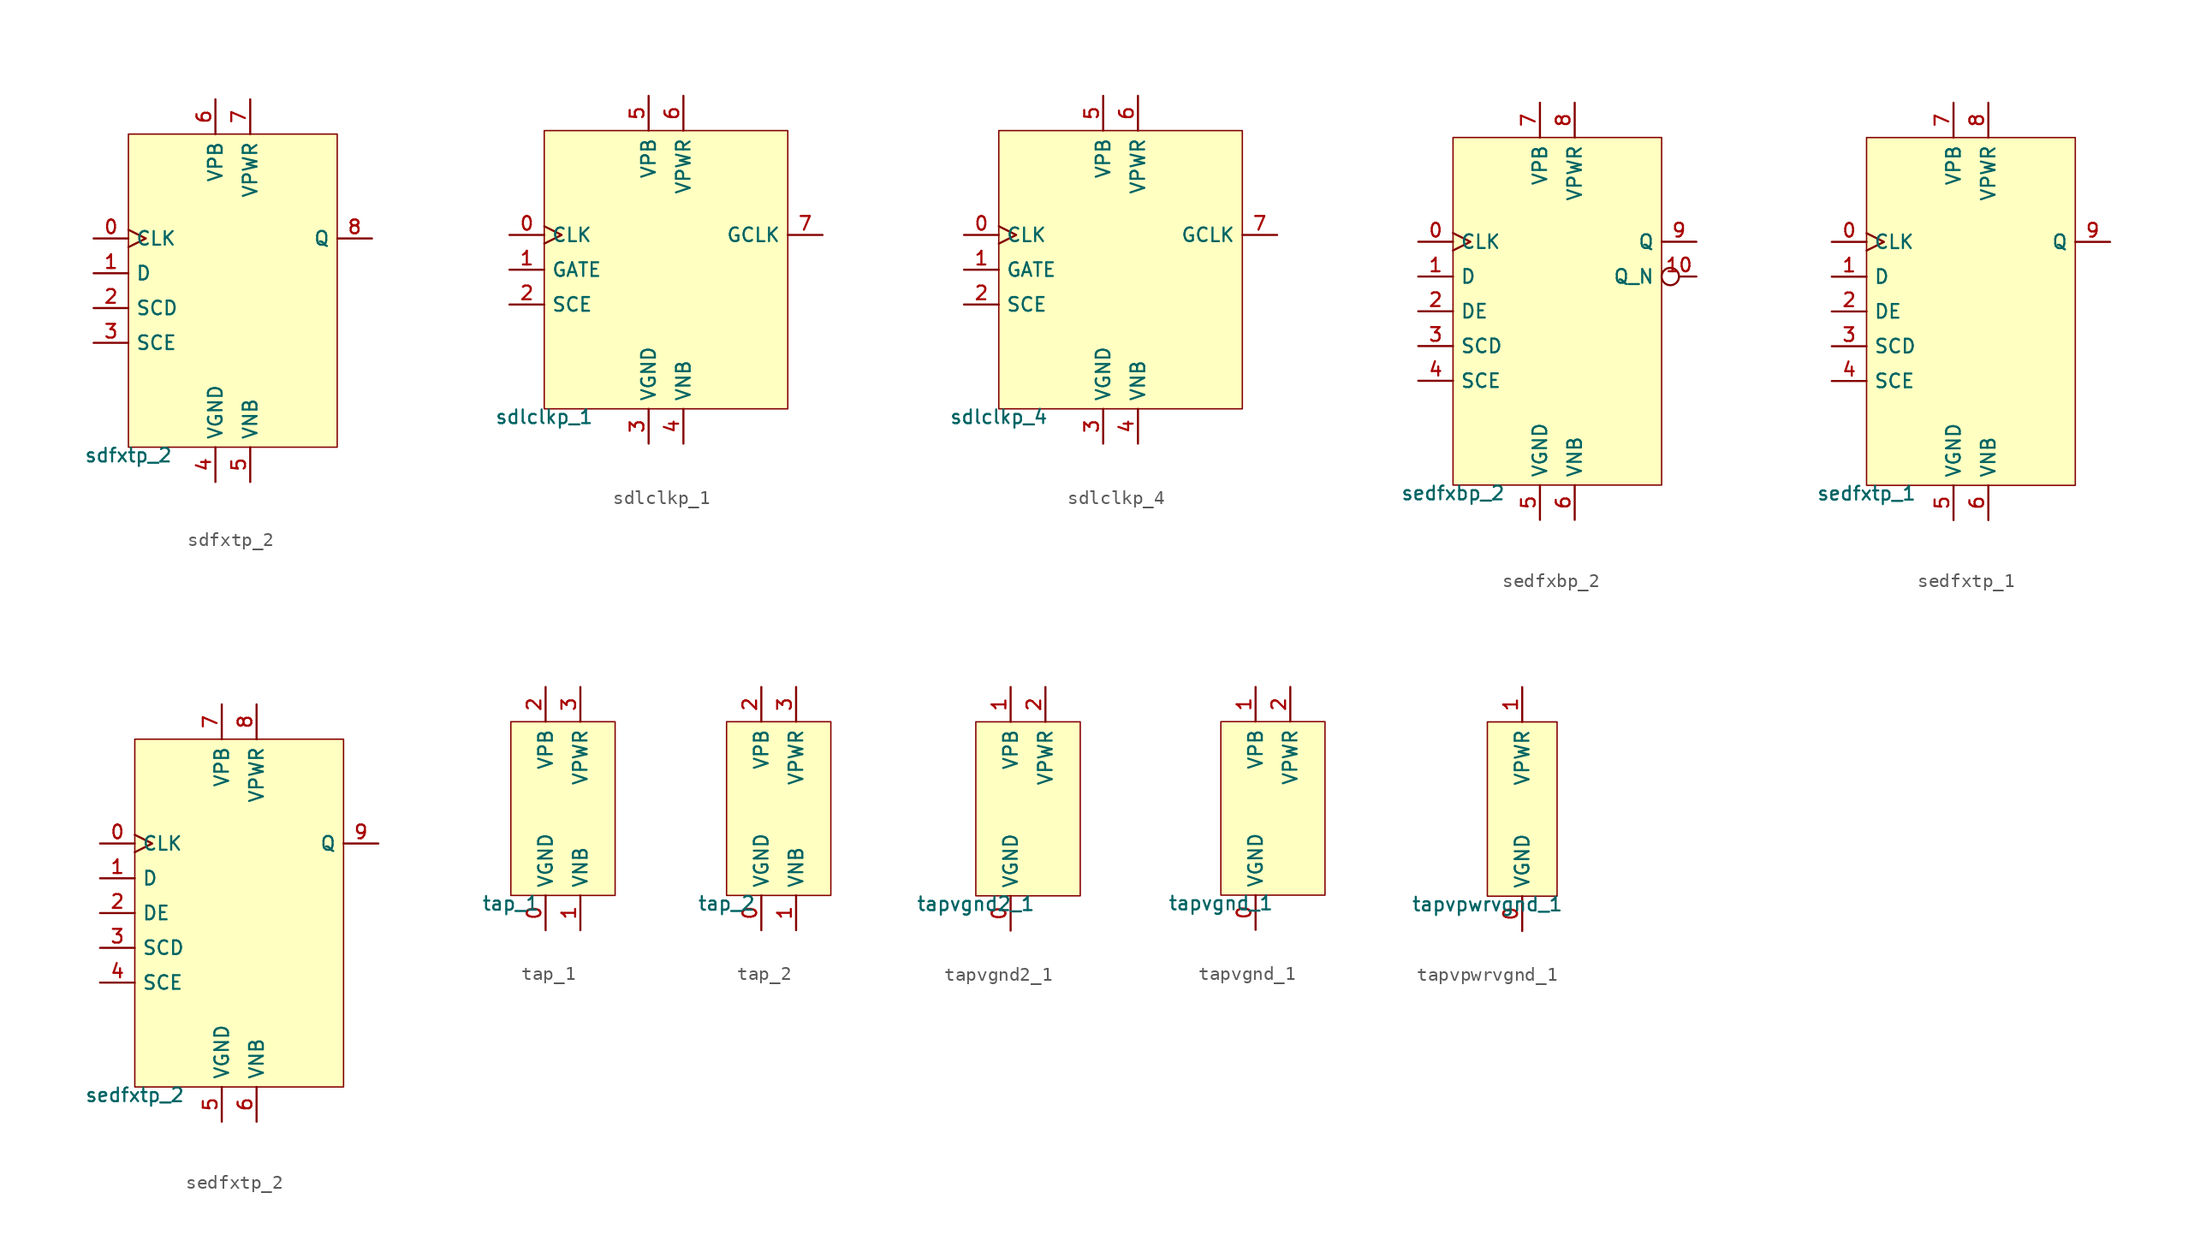
<source format=kicad_sym>
(kicad_symbol_lib
  (version 20211014)
  (generator pdk2kicad)
  (symbol "sdfxtp_2"
    (property "Reference" "X"
      (at 0 0 0)
      (effects (font (size 1 1)) hide))
    (property "Value" "sdfxtp_2"
      (at -7.62 -11.43 0)
      (effects (font (size 1 1)) (justify top)))
    (rectangle
      (start -7.62 -11.43)
      (end 7.62 11.43)
      (stroke (width 0.1) (type solid) (color 0 0 0 0))
      (fill (type background)))
    (pin input clock
      (at -10.16 3.81 0)
      (length 2.54)
      (name "CLK" (effects (font (size 1 1)) hide))
      (number "0" (effects (font (size 1 1)) hide)))
    (pin input line
      (at -10.16 1.27 0)
      (length 2.54)
      (name "D" (effects (font (size 1 1)) hide))
      (number "1" (effects (font (size 1 1)) hide)))
    (pin input line
      (at -10.16 -1.27 0)
      (length 2.54)
      (name "SCD" (effects (font (size 1 1)) hide))
      (number "2" (effects (font (size 1 1)) hide)))
    (pin input line
      (at -10.16 -3.81 0)
      (length 2.54)
      (name "SCE" (effects (font (size 1 1)) hide))
      (number "3" (effects (font (size 1 1)) hide)))
    (pin power_in line
      (at -1.27 -13.97 90)
      (length 2.54)
      (name "VGND" (effects (font (size 1 1)) hide))
      (number "4" (effects (font (size 1 1)) hide)))
    (pin power_in line
      (at 1.27 -13.97 90)
      (length 2.54)
      (name "VNB" (effects (font (size 1 1)) hide))
      (number "5" (effects (font (size 1 1)) hide)))
    (pin power_in line
      (at -1.27 13.97 270)
      (length 2.54)
      (name "VPB" (effects (font (size 1 1)) hide))
      (number "6" (effects (font (size 1 1)) hide)))
    (pin power_in line
      (at 1.27 13.97 270)
      (length 2.54)
      (name "VPWR" (effects (font (size 1 1)) hide))
      (number "7" (effects (font (size 1 1)) hide)))
    (pin output line
      (at 10.16 3.81 180)
      (length 2.54)
      (name "Q" (effects (font (size 1 1)) hide))
      (number "8" (effects (font (size 1 1)) hide))))
  (symbol "sdlclkp_1"
    (property "Reference" "X"
      (at 0 0 0)
      (effects (font (size 1 1)) hide))
    (property "Value" "sdlclkp_1"
      (at -8.89 -10.16 0)
      (effects (font (size 1 1)) (justify top)))
    (rectangle
      (start -8.89 -10.16)
      (end 8.89 10.16)
      (stroke (width 0.1) (type solid) (color 0 0 0 0))
      (fill (type background)))
    (pin input clock
      (at -11.43 2.54 0)
      (length 2.54)
      (name "CLK" (effects (font (size 1 1)) hide))
      (number "0" (effects (font (size 1 1)) hide)))
    (pin input line
      (at -11.43 0.0 0)
      (length 2.54)
      (name "GATE" (effects (font (size 1 1)) hide))
      (number "1" (effects (font (size 1 1)) hide)))
    (pin input line
      (at -11.43 -2.54 0)
      (length 2.54)
      (name "SCE" (effects (font (size 1 1)) hide))
      (number "2" (effects (font (size 1 1)) hide)))
    (pin power_in line
      (at -1.27 -12.7 90)
      (length 2.54)
      (name "VGND" (effects (font (size 1 1)) hide))
      (number "3" (effects (font (size 1 1)) hide)))
    (pin power_in line
      (at 1.27 -12.7 90)
      (length 2.54)
      (name "VNB" (effects (font (size 1 1)) hide))
      (number "4" (effects (font (size 1 1)) hide)))
    (pin power_in line
      (at -1.27 12.7 270)
      (length 2.54)
      (name "VPB" (effects (font (size 1 1)) hide))
      (number "5" (effects (font (size 1 1)) hide)))
    (pin power_in line
      (at 1.27 12.7 270)
      (length 2.54)
      (name "VPWR" (effects (font (size 1 1)) hide))
      (number "6" (effects (font (size 1 1)) hide)))
    (pin output line
      (at 11.43 2.54 180)
      (length 2.54)
      (name "GCLK" (effects (font (size 1 1)) hide))
      (number "7" (effects (font (size 1 1)) hide))))
  (symbol "sdlclkp_4"
    (property "Reference" "X"
      (at 0 0 0)
      (effects (font (size 1 1)) hide))
    (property "Value" "sdlclkp_4"
      (at -8.89 -10.16 0)
      (effects (font (size 1 1)) (justify top)))
    (rectangle
      (start -8.89 -10.16)
      (end 8.89 10.16)
      (stroke (width 0.1) (type solid) (color 0 0 0 0))
      (fill (type background)))
    (pin input clock
      (at -11.43 2.54 0)
      (length 2.54)
      (name "CLK" (effects (font (size 1 1)) hide))
      (number "0" (effects (font (size 1 1)) hide)))
    (pin input line
      (at -11.43 0.0 0)
      (length 2.54)
      (name "GATE" (effects (font (size 1 1)) hide))
      (number "1" (effects (font (size 1 1)) hide)))
    (pin input line
      (at -11.43 -2.54 0)
      (length 2.54)
      (name "SCE" (effects (font (size 1 1)) hide))
      (number "2" (effects (font (size 1 1)) hide)))
    (pin power_in line
      (at -1.27 -12.7 90)
      (length 2.54)
      (name "VGND" (effects (font (size 1 1)) hide))
      (number "3" (effects (font (size 1 1)) hide)))
    (pin power_in line
      (at 1.27 -12.7 90)
      (length 2.54)
      (name "VNB" (effects (font (size 1 1)) hide))
      (number "4" (effects (font (size 1 1)) hide)))
    (pin power_in line
      (at -1.27 12.7 270)
      (length 2.54)
      (name "VPB" (effects (font (size 1 1)) hide))
      (number "5" (effects (font (size 1 1)) hide)))
    (pin power_in line
      (at 1.27 12.7 270)
      (length 2.54)
      (name "VPWR" (effects (font (size 1 1)) hide))
      (number "6" (effects (font (size 1 1)) hide)))
    (pin output line
      (at 11.43 2.54 180)
      (length 2.54)
      (name "GCLK" (effects (font (size 1 1)) hide))
      (number "7" (effects (font (size 1 1)) hide))))
  (symbol "sedfxbp_2"
    (property "Reference" "X"
      (at 0 0 0)
      (effects (font (size 1 1)) hide))
    (property "Value" "sedfxbp_2"
      (at -7.62 -12.7 0)
      (effects (font (size 1 1)) (justify top)))
    (rectangle
      (start -7.62 -12.7)
      (end 7.62 12.7)
      (stroke (width 0.1) (type solid) (color 0 0 0 0))
      (fill (type background)))
    (pin input clock
      (at -10.16 5.08 0)
      (length 2.54)
      (name "CLK" (effects (font (size 1 1)) hide))
      (number "0" (effects (font (size 1 1)) hide)))
    (pin input line
      (at -10.16 2.54 0)
      (length 2.54)
      (name "D" (effects (font (size 1 1)) hide))
      (number "1" (effects (font (size 1 1)) hide)))
    (pin input line
      (at -10.16 -8.881784197001252e-16 0)
      (length 2.54)
      (name "DE" (effects (font (size 1 1)) hide))
      (number "2" (effects (font (size 1 1)) hide)))
    (pin input line
      (at -10.16 -2.54 0)
      (length 2.54)
      (name "SCD" (effects (font (size 1 1)) hide))
      (number "3" (effects (font (size 1 1)) hide)))
    (pin input line
      (at -10.16 -5.08 0)
      (length 2.54)
      (name "SCE" (effects (font (size 1 1)) hide))
      (number "4" (effects (font (size 1 1)) hide)))
    (pin power_in line
      (at -1.27 -15.24 90)
      (length 2.54)
      (name "VGND" (effects (font (size 1 1)) hide))
      (number "5" (effects (font (size 1 1)) hide)))
    (pin power_in line
      (at 1.27 -15.24 90)
      (length 2.54)
      (name "VNB" (effects (font (size 1 1)) hide))
      (number "6" (effects (font (size 1 1)) hide)))
    (pin power_in line
      (at -1.27 15.24 270)
      (length 2.54)
      (name "VPB" (effects (font (size 1 1)) hide))
      (number "7" (effects (font (size 1 1)) hide)))
    (pin power_in line
      (at 1.27 15.24 270)
      (length 2.54)
      (name "VPWR" (effects (font (size 1 1)) hide))
      (number "8" (effects (font (size 1 1)) hide)))
    (pin output line
      (at 10.16 5.08 180)
      (length 2.54)
      (name "Q" (effects (font (size 1 1)) hide))
      (number "9" (effects (font (size 1 1)) hide)))
    (pin output inverted
      (at 10.16 2.54 180)
      (length 2.54)
      (name "Q_N" (effects (font (size 1 1)) hide))
      (number "10" (effects (font (size 1 1)) hide))))
  (symbol "sedfxtp_1"
    (property "Reference" "X"
      (at 0 0 0)
      (effects (font (size 1 1)) hide))
    (property "Value" "sedfxtp_1"
      (at -7.62 -12.7 0)
      (effects (font (size 1 1)) (justify top)))
    (rectangle
      (start -7.62 -12.7)
      (end 7.62 12.7)
      (stroke (width 0.1) (type solid) (color 0 0 0 0))
      (fill (type background)))
    (pin input clock
      (at -10.16 5.08 0)
      (length 2.54)
      (name "CLK" (effects (font (size 1 1)) hide))
      (number "0" (effects (font (size 1 1)) hide)))
    (pin input line
      (at -10.16 2.54 0)
      (length 2.54)
      (name "D" (effects (font (size 1 1)) hide))
      (number "1" (effects (font (size 1 1)) hide)))
    (pin input line
      (at -10.16 -8.881784197001252e-16 0)
      (length 2.54)
      (name "DE" (effects (font (size 1 1)) hide))
      (number "2" (effects (font (size 1 1)) hide)))
    (pin input line
      (at -10.16 -2.54 0)
      (length 2.54)
      (name "SCD" (effects (font (size 1 1)) hide))
      (number "3" (effects (font (size 1 1)) hide)))
    (pin input line
      (at -10.16 -5.08 0)
      (length 2.54)
      (name "SCE" (effects (font (size 1 1)) hide))
      (number "4" (effects (font (size 1 1)) hide)))
    (pin power_in line
      (at -1.27 -15.24 90)
      (length 2.54)
      (name "VGND" (effects (font (size 1 1)) hide))
      (number "5" (effects (font (size 1 1)) hide)))
    (pin power_in line
      (at 1.27 -15.24 90)
      (length 2.54)
      (name "VNB" (effects (font (size 1 1)) hide))
      (number "6" (effects (font (size 1 1)) hide)))
    (pin power_in line
      (at -1.27 15.24 270)
      (length 2.54)
      (name "VPB" (effects (font (size 1 1)) hide))
      (number "7" (effects (font (size 1 1)) hide)))
    (pin power_in line
      (at 1.27 15.24 270)
      (length 2.54)
      (name "VPWR" (effects (font (size 1 1)) hide))
      (number "8" (effects (font (size 1 1)) hide)))
    (pin output line
      (at 10.16 5.08 180)
      (length 2.54)
      (name "Q" (effects (font (size 1 1)) hide))
      (number "9" (effects (font (size 1 1)) hide))))
  (symbol "sedfxtp_2"
    (property "Reference" "X"
      (at 0 0 0)
      (effects (font (size 1 1)) hide))
    (property "Value" "sedfxtp_2"
      (at -7.62 -12.7 0)
      (effects (font (size 1 1)) (justify top)))
    (rectangle
      (start -7.62 -12.7)
      (end 7.62 12.7)
      (stroke (width 0.1) (type solid) (color 0 0 0 0))
      (fill (type background)))
    (pin input clock
      (at -10.16 5.08 0)
      (length 2.54)
      (name "CLK" (effects (font (size 1 1)) hide))
      (number "0" (effects (font (size 1 1)) hide)))
    (pin input line
      (at -10.16 2.54 0)
      (length 2.54)
      (name "D" (effects (font (size 1 1)) hide))
      (number "1" (effects (font (size 1 1)) hide)))
    (pin input line
      (at -10.16 -8.881784197001252e-16 0)
      (length 2.54)
      (name "DE" (effects (font (size 1 1)) hide))
      (number "2" (effects (font (size 1 1)) hide)))
    (pin input line
      (at -10.16 -2.54 0)
      (length 2.54)
      (name "SCD" (effects (font (size 1 1)) hide))
      (number "3" (effects (font (size 1 1)) hide)))
    (pin input line
      (at -10.16 -5.08 0)
      (length 2.54)
      (name "SCE" (effects (font (size 1 1)) hide))
      (number "4" (effects (font (size 1 1)) hide)))
    (pin power_in line
      (at -1.27 -15.24 90)
      (length 2.54)
      (name "VGND" (effects (font (size 1 1)) hide))
      (number "5" (effects (font (size 1 1)) hide)))
    (pin power_in line
      (at 1.27 -15.24 90)
      (length 2.54)
      (name "VNB" (effects (font (size 1 1)) hide))
      (number "6" (effects (font (size 1 1)) hide)))
    (pin power_in line
      (at -1.27 15.24 270)
      (length 2.54)
      (name "VPB" (effects (font (size 1 1)) hide))
      (number "7" (effects (font (size 1 1)) hide)))
    (pin power_in line
      (at 1.27 15.24 270)
      (length 2.54)
      (name "VPWR" (effects (font (size 1 1)) hide))
      (number "8" (effects (font (size 1 1)) hide)))
    (pin output line
      (at 10.16 5.08 180)
      (length 2.54)
      (name "Q" (effects (font (size 1 1)) hide))
      (number "9" (effects (font (size 1 1)) hide))))
  (symbol "tap_1"
    (property "Reference" "X"
      (at 0 0 0)
      (effects (font (size 1 1)) hide))
    (property "Value" "tap_1"
      (at -3.81 -6.35 0)
      (effects (font (size 1 1)) (justify top)))
    (rectangle
      (start -3.81 -6.35)
      (end 3.81 6.35)
      (stroke (width 0.1) (type solid) (color 0 0 0 0))
      (fill (type background)))
    (pin power_in line
      (at -1.27 -8.89 90)
      (length 2.54)
      (name "VGND" (effects (font (size 1 1)) hide))
      (number "0" (effects (font (size 1 1)) hide)))
    (pin power_in line
      (at 1.27 -8.89 90)
      (length 2.54)
      (name "VNB" (effects (font (size 1 1)) hide))
      (number "1" (effects (font (size 1 1)) hide)))
    (pin power_in line
      (at -1.27 8.89 270)
      (length 2.54)
      (name "VPB" (effects (font (size 1 1)) hide))
      (number "2" (effects (font (size 1 1)) hide)))
    (pin power_in line
      (at 1.27 8.89 270)
      (length 2.54)
      (name "VPWR" (effects (font (size 1 1)) hide))
      (number "3" (effects (font (size 1 1)) hide))))
  (symbol "tap_2"
    (property "Reference" "X"
      (at 0 0 0)
      (effects (font (size 1 1)) hide))
    (property "Value" "tap_2"
      (at -3.81 -6.35 0)
      (effects (font (size 1 1)) (justify top)))
    (rectangle
      (start -3.81 -6.35)
      (end 3.81 6.35)
      (stroke (width 0.1) (type solid) (color 0 0 0 0))
      (fill (type background)))
    (pin power_in line
      (at -1.27 -8.89 90)
      (length 2.54)
      (name "VGND" (effects (font (size 1 1)) hide))
      (number "0" (effects (font (size 1 1)) hide)))
    (pin power_in line
      (at 1.27 -8.89 90)
      (length 2.54)
      (name "VNB" (effects (font (size 1 1)) hide))
      (number "1" (effects (font (size 1 1)) hide)))
    (pin power_in line
      (at -1.27 8.89 270)
      (length 2.54)
      (name "VPB" (effects (font (size 1 1)) hide))
      (number "2" (effects (font (size 1 1)) hide)))
    (pin power_in line
      (at 1.27 8.89 270)
      (length 2.54)
      (name "VPWR" (effects (font (size 1 1)) hide))
      (number "3" (effects (font (size 1 1)) hide))))
  (symbol "tapvgnd2_1"
    (property "Reference" "X"
      (at 0 0 0)
      (effects (font (size 1 1)) hide))
    (property "Value" "tapvgnd2_1"
      (at -3.81 -6.35 0)
      (effects (font (size 1 1)) (justify top)))
    (rectangle
      (start -3.81 -6.35)
      (end 3.81 6.35)
      (stroke (width 0.1) (type solid) (color 0 0 0 0))
      (fill (type background)))
    (pin power_in line
      (at -1.27 -8.89 90)
      (length 2.54)
      (name "VGND" (effects (font (size 1 1)) hide))
      (number "0" (effects (font (size 1 1)) hide)))
    (pin power_in line
      (at -1.27 8.89 270)
      (length 2.54)
      (name "VPB" (effects (font (size 1 1)) hide))
      (number "1" (effects (font (size 1 1)) hide)))
    (pin power_in line
      (at 1.27 8.89 270)
      (length 2.54)
      (name "VPWR" (effects (font (size 1 1)) hide))
      (number "2" (effects (font (size 1 1)) hide))))
  (symbol "tapvgnd_1"
    (property "Reference" "X"
      (at 0 0 0)
      (effects (font (size 1 1)) hide))
    (property "Value" "tapvgnd_1"
      (at -3.81 -6.35 0)
      (effects (font (size 1 1)) (justify top)))
    (rectangle
      (start -3.81 -6.35)
      (end 3.81 6.35)
      (stroke (width 0.1) (type solid) (color 0 0 0 0))
      (fill (type background)))
    (pin power_in line
      (at -1.27 -8.89 90)
      (length 2.54)
      (name "VGND" (effects (font (size 1 1)) hide))
      (number "0" (effects (font (size 1 1)) hide)))
    (pin power_in line
      (at -1.27 8.89 270)
      (length 2.54)
      (name "VPB" (effects (font (size 1 1)) hide))
      (number "1" (effects (font (size 1 1)) hide)))
    (pin power_in line
      (at 1.27 8.89 270)
      (length 2.54)
      (name "VPWR" (effects (font (size 1 1)) hide))
      (number "2" (effects (font (size 1 1)) hide))))
  (symbol "tapvpwrvgnd_1"
    (property "Reference" "X"
      (at 0 0 0)
      (effects (font (size 1 1)) hide))
    (property "Value" "tapvpwrvgnd_1"
      (at -2.54 -6.35 0)
      (effects (font (size 1 1)) (justify top)))
    (rectangle
      (start -2.54 -6.35)
      (end 2.54 6.35)
      (stroke (width 0.1) (type solid) (color 0 0 0 0))
      (fill (type background)))
    (pin power_in line
      (at 0.0 -8.89 90)
      (length 2.54)
      (name "VGND" (effects (font (size 1 1)) hide))
      (number "0" (effects (font (size 1 1)) hide)))
    (pin power_in line
      (at 0.0 8.89 270)
      (length 2.54)
      (name "VPWR" (effects (font (size 1 1)) hide))
      (number "1" (effects (font (size 1 1)) hide)))))
</source>
